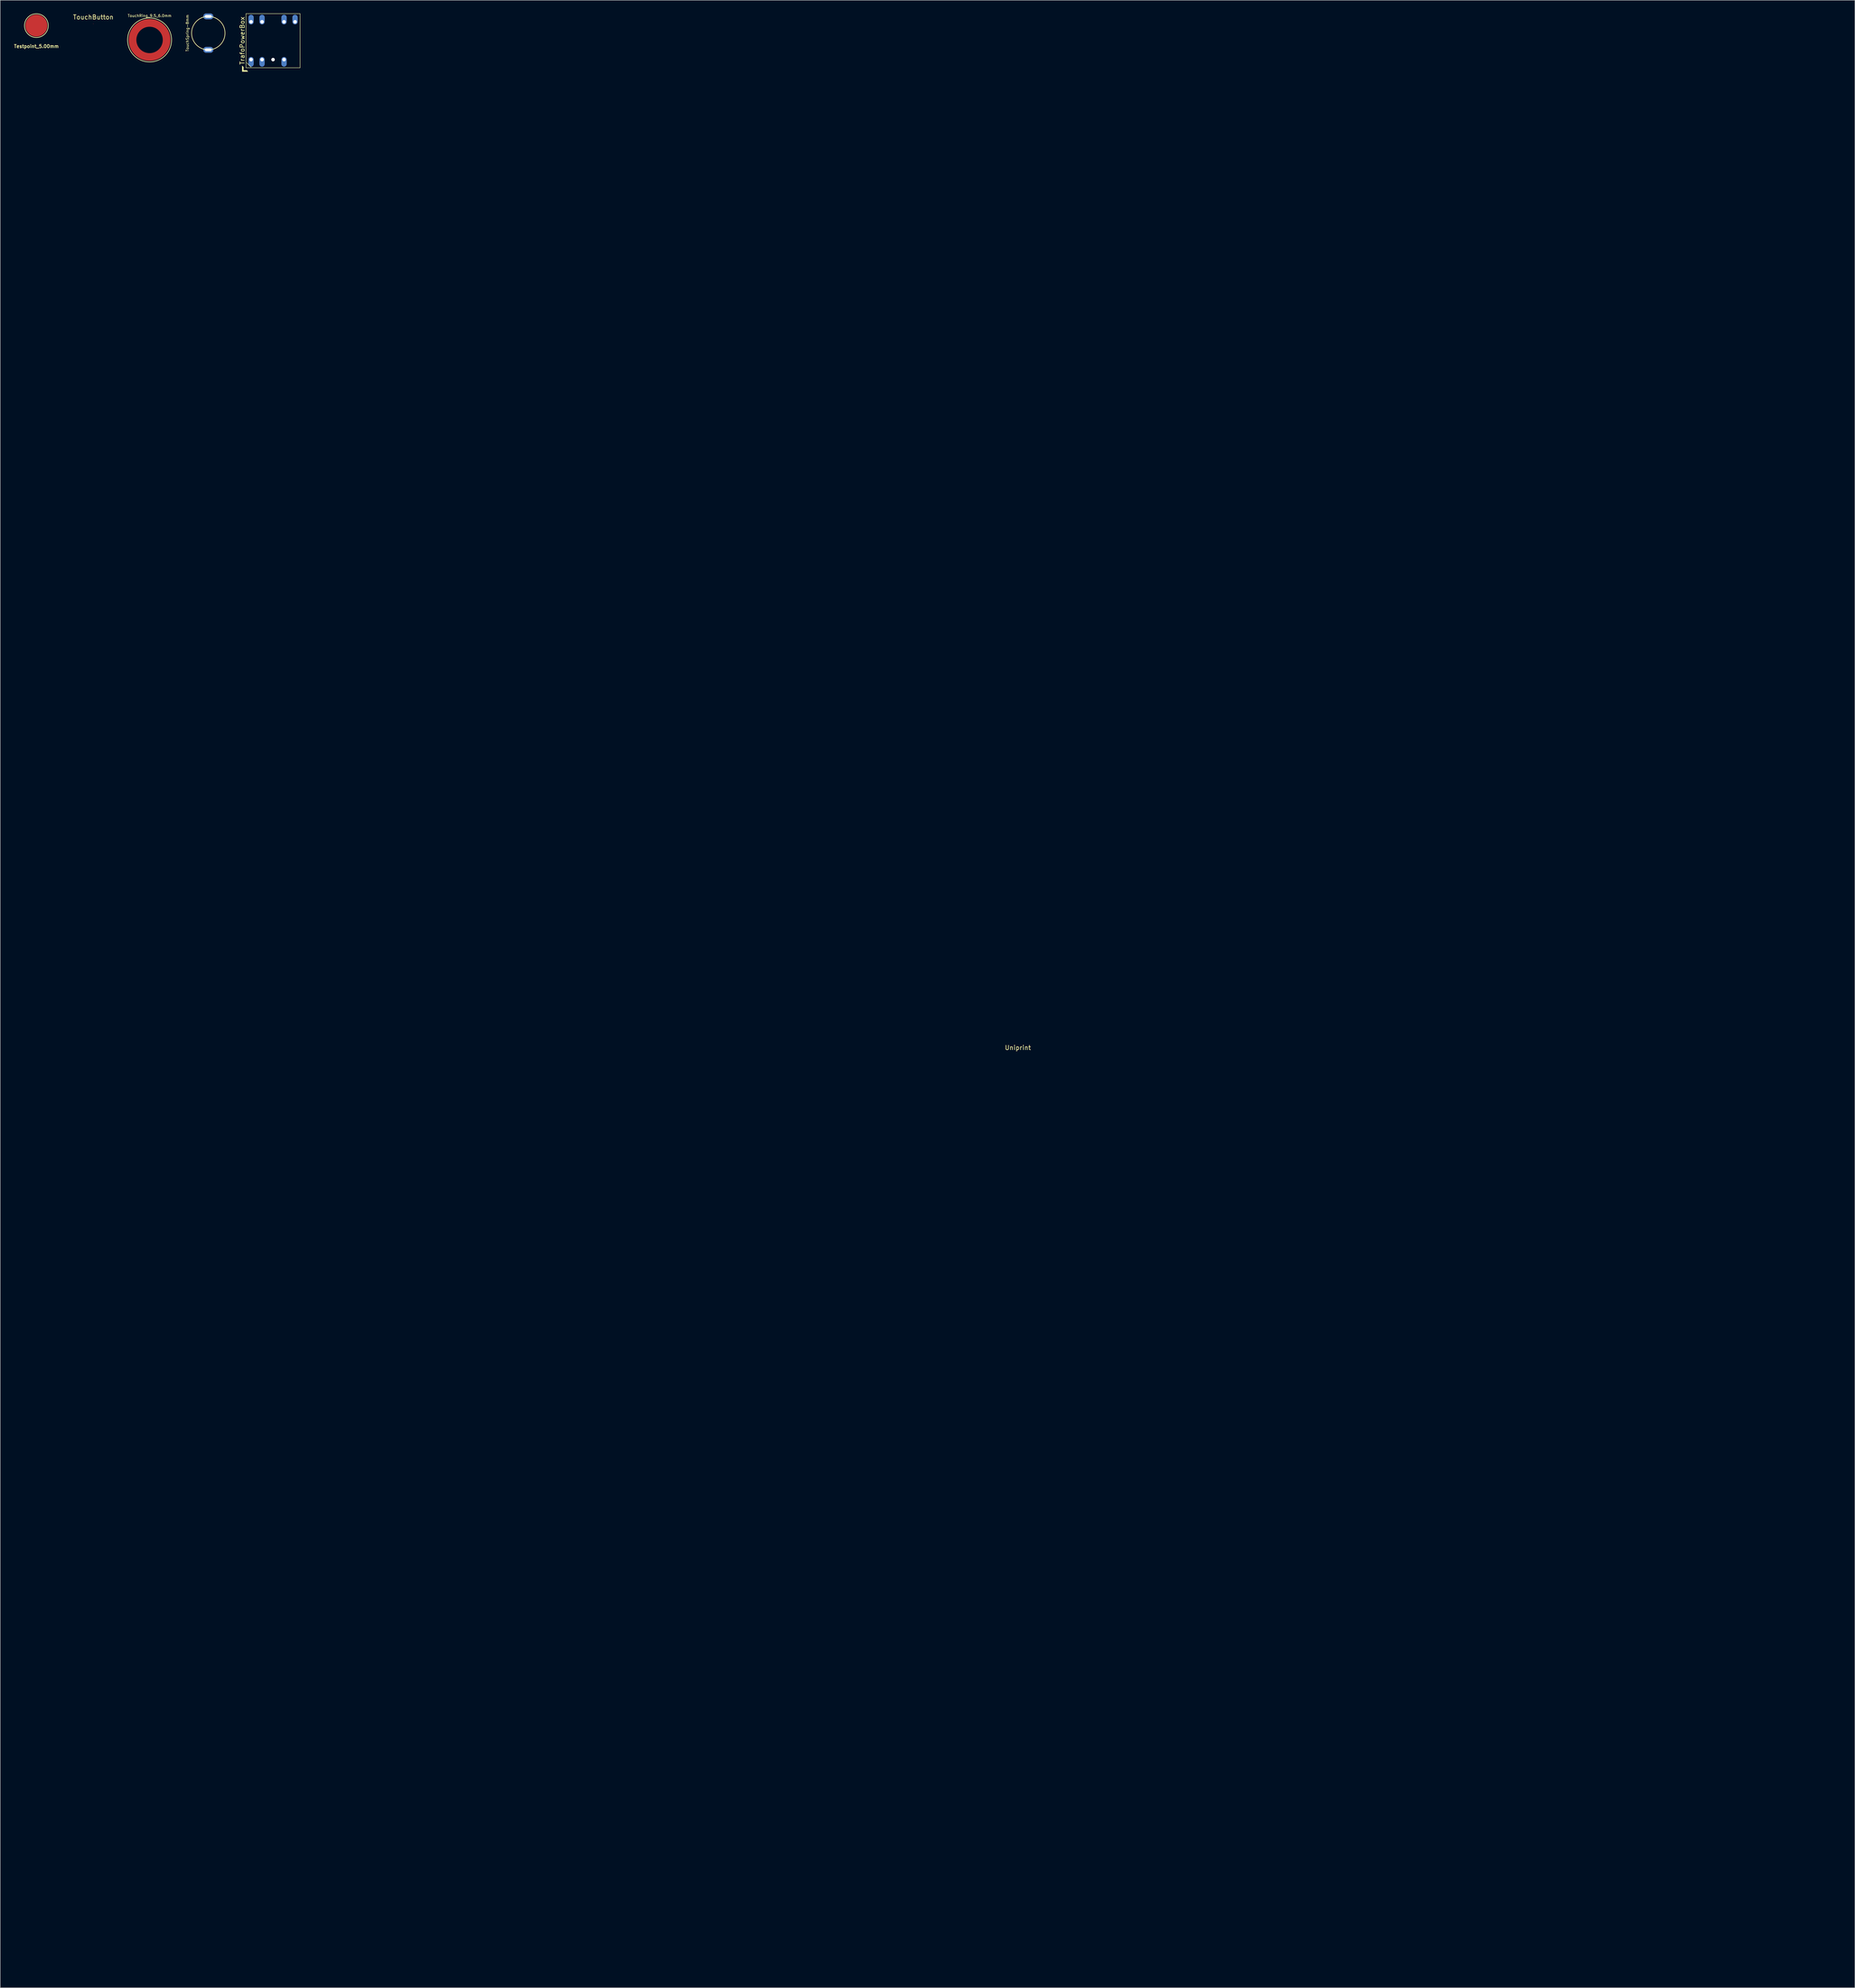
<source format=kicad_pcb>
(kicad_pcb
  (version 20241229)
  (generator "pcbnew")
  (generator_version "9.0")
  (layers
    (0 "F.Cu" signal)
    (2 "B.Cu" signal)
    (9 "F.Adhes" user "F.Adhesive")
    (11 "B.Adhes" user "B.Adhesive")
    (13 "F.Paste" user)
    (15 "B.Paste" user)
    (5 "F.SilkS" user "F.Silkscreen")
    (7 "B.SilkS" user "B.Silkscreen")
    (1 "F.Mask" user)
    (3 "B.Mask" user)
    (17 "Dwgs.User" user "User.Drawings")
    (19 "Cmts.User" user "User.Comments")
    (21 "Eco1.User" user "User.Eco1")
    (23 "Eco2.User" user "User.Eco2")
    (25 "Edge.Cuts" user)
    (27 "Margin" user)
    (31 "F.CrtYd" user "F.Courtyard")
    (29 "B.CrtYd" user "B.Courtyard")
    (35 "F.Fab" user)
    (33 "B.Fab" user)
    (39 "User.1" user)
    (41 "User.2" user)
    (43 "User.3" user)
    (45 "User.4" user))
  (footprint "Testpoint_5.00mm"
    (layer "F.Cu")
    (at 5.221 2.775)
    (property "Reference" "Testpoint_5.00mm" (at 0 4.7 0) (layer "F.SilkS") (effects (font (size 0.75 0.75) (thickness 0.15))))
    (attr exclude_from_bom)
    (fp_circle (center 0 0) (end 2.7 0) (stroke (width 0.15) (type solid)) (fill no) (layer "F.SilkS"))
    (pad "1" smd circle (at 0 0) (size 5 5) (layers "F.Cu" "F.Mask")))
  (footprint "TouchButton"
    (layer "F.Cu")
    (at 18.163 2.348)
    (property "Reference" "TouchButton" (at 0 -1.5 0) (unlocked yes) (layer "F.SilkS") (effects (font (size 1 1) (thickness 0.15))))
    (attr smd)
    (pad "1" smd circle (at 0 0) (size 0.1 0.1) (layers "F.Cu")))
  (footprint "TrafoPowerBox"
    (layer "F.Cu")
    (at 59.033 6.2)
    (property "Reference" "TrafoPowerBox" (at -7 0 90) (layer "F.SilkS") (effects (font (size 1 1) (thickness 0.15))))
    (attr through_hole)
    (fp_line (start -6.15 -6.15) (end -6.15 6.15) (stroke (width 0.1) (type solid)) (layer "F.SilkS"))
    (fp_line (start -6.15 6.15) (end 6.15 6.15) (stroke (width 0.1) (type solid)) (layer "F.SilkS"))
    (fp_line (start -6 5) (end -5 6) (stroke (width 0.1) (type solid)) (layer "F.SilkS"))
    (fp_line (start 6.15 -6.15) (end -6.15 -6.15) (stroke (width 0.1) (type solid)) (layer "F.SilkS"))
    (fp_line (start 6.15 6.15) (end 6.15 -6.15) (stroke (width 0.1) (type solid)) (layer "F.SilkS"))
    (fp_poly (pts (xy -6.75 6) (xy -6.75 6.75) (xy -6 6.75) (xy -5.75 7) (xy -7 7) (xy -7 5.75)) (stroke (width 0.1) (type solid)) (fill yes) (layer "F.SilkS"))
    (pad "" np_thru_hole circle (at 0 4.3) (size 0.8 0.8) (drill 0.8) (layers "*.Cu" "*.Mask"))
    (pad "1" thru_hole oval (at -5 4.3) (size 1.2 2.2) (drill 0.8 (offset 0 0.5)) (layers "*.Cu" "*.Mask"))
    (pad "2" thru_hole oval (at -2.5 4.3) (size 1.2 2.2) (drill 0.8 (offset 0 0.5)) (layers "*.Cu" "*.Mask"))
    (pad "4" thru_hole oval (at 2.5 4.3) (size 1.2 2.2) (drill 0.8 (offset 0 0.5)) (layers "*.Cu" "*.Mask"))
    (pad "6" thru_hole oval (at 5 -4.3 180) (size 1.2 2.2) (drill 0.8 (offset 0 0.5)) (layers "*.Cu" "*.Mask"))
    (pad "7" thru_hole oval (at 2.5 -4.3 180) (size 1.2 2.2) (drill 0.8 (offset 0 0.5)) (layers "*.Cu" "*.Mask"))
    (pad "9" thru_hole oval (at -2.5 -4.3 180) (size 1.2 2.2) (drill 0.8 (offset 0 0.5)) (layers "*.Cu" "*.Mask"))
    (pad "10" thru_hole oval (at -5 -4.3 180) (size 1.2 2.2) (drill 0.8 (offset 0 0.5)) (layers "*.Cu" "*.Mask")))
  (footprint "TouchSpring-8mm"
    (layer "F.Cu")
    (at 44.31 4.475)
    (property "Reference" "TouchSpring-8mm" (at -4.75 0 90) (unlocked yes) (layer "F.SilkS") (effects (font (size 0.6 0.6) (thickness 0.1))))
    (attr through_hole)
    (fp_circle (center 0 0) (end 3.8 0) (stroke (width 0.15) (type solid)) (fill no) (layer "F.SilkS"))
    (pad "1" thru_hole oval (at 0 -3.8) (size 2.3 1.35) (drill oval 1.6 0.65) (layers "*.Cu" "*.Mask"))
    (pad "1" thru_hole oval (at 0 3.8) (size 2.3 1.35) (drill oval 1.6 0.65) (layers "*.Cu" "*.Mask")))
  (footprint "TouchRing_9.5_6.0mm"
    (layer "F.Cu")
    (at 30.958 6.027)
    (property "Reference" "TouchRing_9.5_6.0mm" (at 0 -5.5 0) (unlocked yes) (layer "F.SilkS") (effects (font (size 0.6 0.6) (thickness 0.1))))
    (fp_circle (center 0 0) (end 3.875 0) (stroke (width 1.75) (type default)) (fill no) (layer "F.Cu"))
    (fp_circle (center 0 0) (end 3.875 0) (stroke (width 1.9) (type default)) (fill no) (layer "F.Mask"))
    (fp_circle (center 0 0) (end 5 0) (stroke (width 0.15) (type solid)) (fill no) (layer "F.SilkS"))
    (fp_arc (start -3.718815 -0.996453) (mid -2.718452 -2.726266) (end -0.985775 -3.72166) (stroke (width 1.5) (type default)) (layer "F.Paste"))
    (fp_arc (start -0.996453 3.718815) (mid -2.726266 2.718452) (end -3.72166 0.985775) (stroke (width 1.5) (type default)) (layer "F.Paste"))
    (fp_arc (start 0.996453 -3.718815) (mid 2.726265 -2.718451) (end 3.72166 -0.985775) (stroke (width 1.5) (type default)) (layer "F.Paste"))
    (fp_arc (start 3.718815 0.996453) (mid 2.718451 2.726265) (end 0.985775 3.72166) (stroke (width 1.5) (type default)) (layer "F.Paste"))
    (pad "1" smd circle (at 0 -4) (size 1 1) (layers "F.Cu")))
  (footprint "Uniprint"
    (layer "F.Cu")
    (at 228.383 235.582)
    (property "Reference" "Uniprint" (at 0 -0.5 0) (unlocked yes) (layer "F.SilkS") (effects (font (size 1 1) (thickness 0.15))))
    (fp_rect (start -160 210) (end 160 -210) (stroke (width 0.12) (type solid)) (fill no) (layer "F.Paste"))
    (dimension (type aligned) (layer "F.Paste") (pts (xy 392.383 25.581) (xy 392.383 445.582)) (height -17.029) (format (prefix "") (suffix "") (units 3) (units_format 1) (precision 0)) (style (thickness 0.3) (arrow_length 1.27) (text_position_mode 0) (arrow_direction outward) (extension_height 0.586) (extension_offset 0.5) (keep_text_aligned yes)) (gr_text "420 mm" (at 406.112 235.582 90) (layer "F.Paste") (effects (font (size 3 3) (thickness 0.3)))))
    (dimension (type aligned) (layer "F.Paste") (pts (xy 68.383 21.581) (xy 388.383 21.581)) (height -16) (format (prefix "") (suffix "") (units 3) (units_format 1) (precision 0)) (style (thickness 0.3) (arrow_length 1.27) (text_position_mode 0) (arrow_direction outward) (extension_height 0.586) (extension_offset 0.5) (keep_text_aligned yes)) (gr_text "320 mm" (at 228.383 2.281 0) (layer "F.Paste") (effects (font (size 3 3) (thickness 0.3)))))
    (pad "" smd circle (at -105 -187) (size 5.25 5.25) (layers "F.Paste"))
    (pad "" smd circle (at -105 187) (size 5.25 5.25) (layers "F.Paste"))
    (pad "" smd circle (at -90 -187) (size 5.25 5.25) (layers "F.Paste"))
    (pad "" smd circle (at -90 187) (size 5.25 5.25) (layers "F.Paste"))
    (pad "" smd circle (at -75 -187) (size 5.25 5.25) (layers "F.Paste"))
    (pad "" smd circle (at -75 187) (size 5.25 5.25) (layers "F.Paste"))
    (pad "" smd circle (at -60 -187) (size 5.25 5.25) (layers "F.Paste"))
    (pad "" smd circle (at -60 187) (size 5.25 5.25) (layers "F.Paste"))
    (pad "" smd circle (at -45 -187) (size 5.25 5.25) (layers "F.Paste"))
    (pad "" smd circle (at -45 187) (size 5.25 5.25) (layers "F.Paste"))
    (pad "" smd circle (at -30 -187) (size 5.25 5.25) (layers "F.Paste"))
    (pad "" smd circle (at -30 187) (size 5.25 5.25) (layers "F.Paste"))
    (pad "" smd circle (at -15 -187) (size 5.25 5.25) (layers "F.Paste"))
    (pad "" smd circle (at -15 187) (size 5.25 5.25) (layers "F.Paste"))
    (pad "" smd circle (at 0 -187) (size 5.25 5.25) (layers "F.Paste"))
    (pad "" smd circle (at 0 187) (size 5.25 5.25) (layers "F.Paste"))
    (pad "" smd circle (at 15 -187) (size 5.25 5.25) (layers "F.Paste"))
    (pad "" smd circle (at 15 187) (size 5.25 5.25) (layers "F.Paste"))
    (pad "" smd circle (at 30 -187) (size 5.25 5.25) (layers "F.Paste"))
    (pad "" smd circle (at 30 187) (size 5.25 5.25) (layers "F.Paste"))
    (pad "" smd circle (at 45 -187) (size 5.25 5.25) (layers "F.Paste"))
    (pad "" smd circle (at 45 187) (size 5.25 5.25) (layers "F.Paste"))
    (pad "" smd circle (at 60 -187) (size 5.25 5.25) (layers "F.Paste"))
    (pad "" smd circle (at 60 187) (size 5.25 5.25) (layers "F.Paste"))
    (pad "" smd circle (at 75 -187) (size 5.25 5.25) (layers "F.Paste"))
    (pad "" smd circle (at 75 187) (size 5.25 5.25) (layers "F.Paste"))
    (pad "" smd circle (at 90 -187) (size 5.25 5.25) (layers "F.Paste"))
    (pad "" smd circle (at 90 187) (size 5.25 5.25) (layers "F.Paste"))
    (pad "" smd circle (at 105 -187) (size 5.25 5.25) (layers "F.Paste"))
    (pad "" smd circle (at 105 187) (size 5.25 5.25) (layers "F.Paste")))
  (gr_rect
    (start -3 -3)
    (end 418.691 448.732)
    (stroke (width 0.1) (type default))
    (fill no)
    (layer "Edge.Cuts")))
</source>
